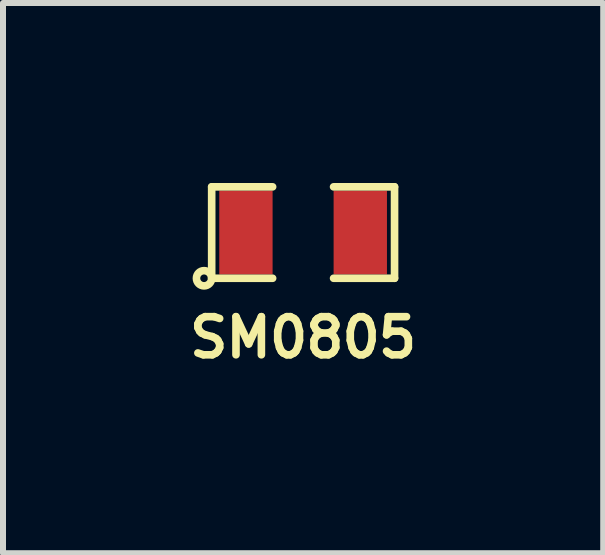
<source format=kicad_pcb>
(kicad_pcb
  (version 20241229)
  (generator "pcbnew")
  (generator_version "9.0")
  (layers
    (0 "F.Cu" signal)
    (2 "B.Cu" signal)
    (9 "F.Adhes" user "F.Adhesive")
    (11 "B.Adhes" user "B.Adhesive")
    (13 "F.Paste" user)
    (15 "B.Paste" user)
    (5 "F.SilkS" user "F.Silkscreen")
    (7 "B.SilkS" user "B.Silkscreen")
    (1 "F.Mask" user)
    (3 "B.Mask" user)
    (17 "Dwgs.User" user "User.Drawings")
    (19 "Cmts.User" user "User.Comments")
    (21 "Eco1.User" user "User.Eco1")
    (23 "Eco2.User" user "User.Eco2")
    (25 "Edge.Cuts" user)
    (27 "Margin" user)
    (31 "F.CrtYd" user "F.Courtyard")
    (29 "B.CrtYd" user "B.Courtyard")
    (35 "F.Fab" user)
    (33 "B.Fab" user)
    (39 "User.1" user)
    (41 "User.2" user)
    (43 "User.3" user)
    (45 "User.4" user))
  (footprint "SM0805"
    (layer "F.Cu")
    (at 2.002 0.826)
    (property "Reference" "SM0805" (at 0 1.75 0) (layer "F.SilkS") (effects (font (size 0.635 0.635) (thickness 0.127))))
    (attr smd)
    (fp_line (start -1.524 -0.762) (end -0.508 -0.762) (stroke (width 0.127) (type solid)) (layer "F.SilkS"))
    (fp_line (start -1.524 0.762) (end -1.524 -0.762) (stroke (width 0.127) (type solid)) (layer "F.SilkS"))
    (fp_line (start -0.508 0.762) (end -1.524 0.762) (stroke (width 0.127) (type solid)) (layer "F.SilkS"))
    (fp_line (start 0.508 -0.762) (end 1.524 -0.762) (stroke (width 0.127) (type solid)) (layer "F.SilkS"))
    (fp_line (start 1.524 -0.762) (end 1.524 0.762) (stroke (width 0.127) (type solid)) (layer "F.SilkS"))
    (fp_line (start 1.524 0.762) (end 0.508 0.762) (stroke (width 0.127) (type solid)) (layer "F.SilkS"))
    (fp_circle (center -1.651 0.762) (end -1.651 0.635) (stroke (width 0.127) (type solid)) (fill no) (layer "F.SilkS"))
    (pad "1" smd rect (at -0.953 0) (size 0.889 1.397) (layers "F.Cu" "F.Mask" "F.Paste"))
    (pad "2" smd rect (at 0.953 0) (size 0.889 1.397) (layers "F.Cu" "F.Mask" "F.Paste")))
  (gr_rect
    (start -3 -3)
    (end 7.004 6.17)
    (stroke (width 0.1) (type default))
    (fill no)
    (layer "Edge.Cuts")))
</source>
